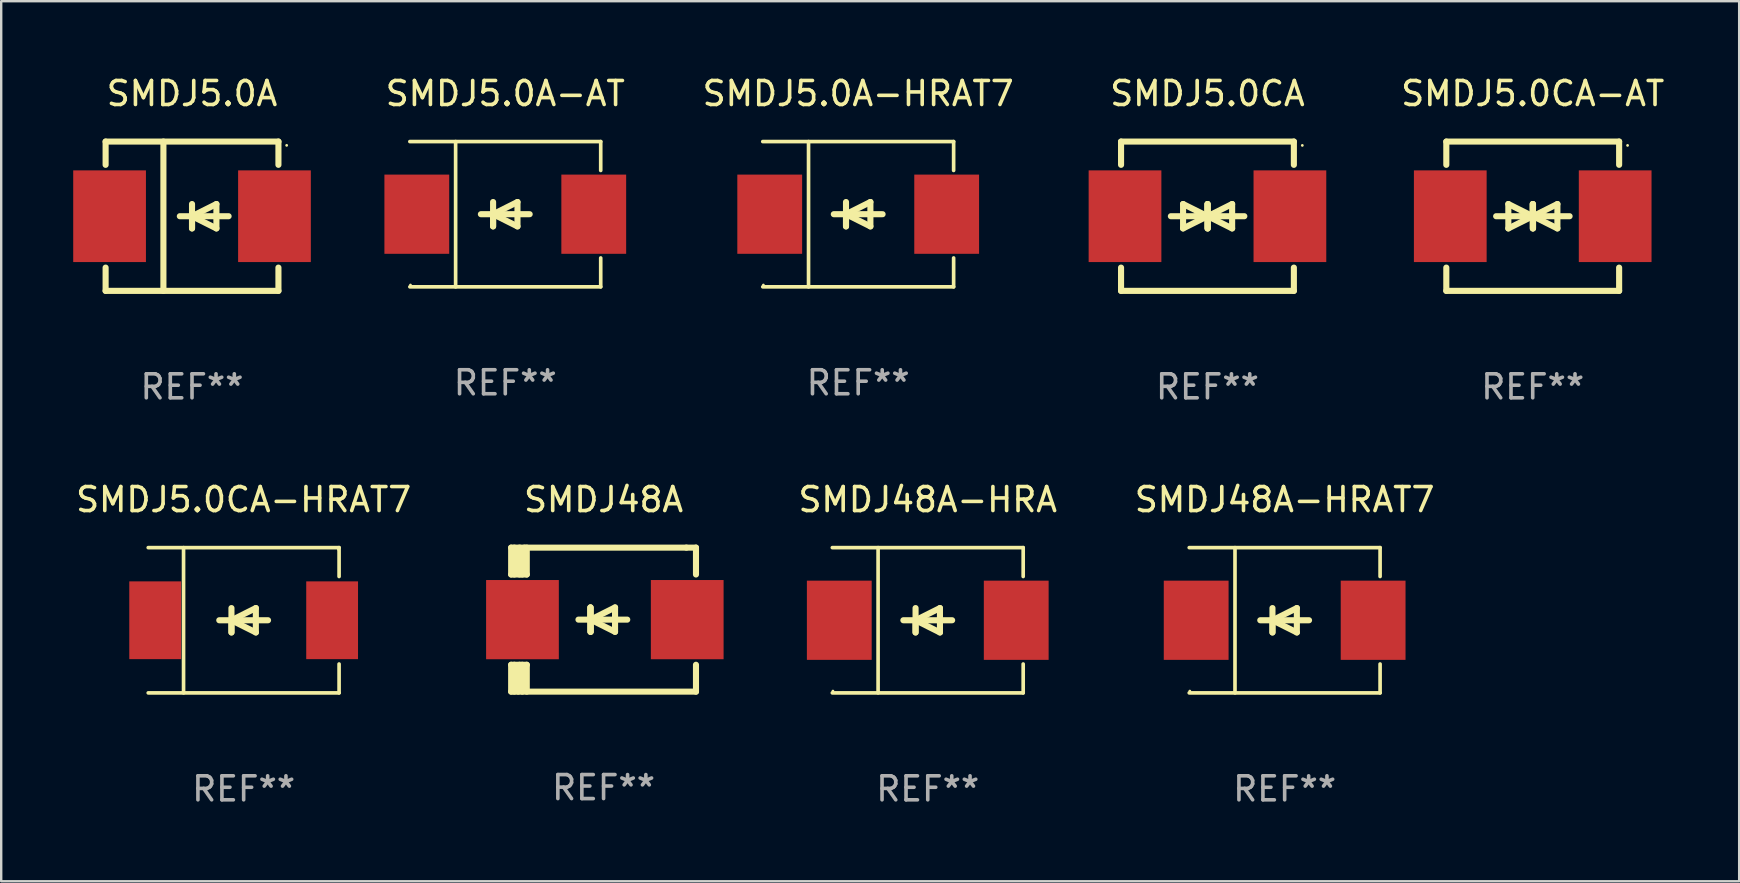
<source format=kicad_pcb>
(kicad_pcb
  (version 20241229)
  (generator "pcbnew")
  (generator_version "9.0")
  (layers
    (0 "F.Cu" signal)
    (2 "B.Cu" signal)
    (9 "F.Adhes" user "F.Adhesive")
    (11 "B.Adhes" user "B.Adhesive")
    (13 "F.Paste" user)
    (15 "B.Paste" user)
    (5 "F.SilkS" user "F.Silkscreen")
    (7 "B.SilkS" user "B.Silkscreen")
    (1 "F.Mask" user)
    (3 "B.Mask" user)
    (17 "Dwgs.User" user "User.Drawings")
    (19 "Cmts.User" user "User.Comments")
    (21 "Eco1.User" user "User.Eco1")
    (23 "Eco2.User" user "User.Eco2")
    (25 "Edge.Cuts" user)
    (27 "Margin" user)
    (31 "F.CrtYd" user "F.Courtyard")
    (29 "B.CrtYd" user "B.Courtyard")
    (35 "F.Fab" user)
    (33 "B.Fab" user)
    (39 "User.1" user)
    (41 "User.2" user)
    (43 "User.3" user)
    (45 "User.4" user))
  (footprint "SMDJ5.0A"
    (layer "F.Cu")
    (at 4.95 5.958)
    (property "Reference" "SMDJ5.0A" (at 0 -5.11 0) (layer "F.SilkS") (effects (font (size 1 1) (thickness 0.15))))
    (attr through_hole)
    (fp_line (start -3.6 -3.11) (end -3.6 -2.141) (stroke (width 0.254) (type solid)) (layer "F.SilkS"))
    (fp_line (start -3.6 -3.11) (end 3.6 -3.11) (stroke (width 0.254) (type solid)) (layer "F.SilkS"))
    (fp_line (start -3.6 2.141) (end -3.6 3.11) (stroke (width 0.254) (type solid)) (layer "F.SilkS"))
    (fp_line (start -3.6 3.11) (end 3.6 3.11) (stroke (width 0.254) (type solid)) (layer "F.SilkS"))
    (fp_line (start -1.192 -3.11) (end -1.192 3.11) (stroke (width 0.254) (type solid)) (layer "F.SilkS"))
    (fp_line (start 0 0) (end 0 0.508) (stroke (width 0.254) (type solid)) (layer "F.SilkS"))
    (fp_line (start 0 0) (end 1.016 0.508) (stroke (width 0.254) (type solid)) (layer "F.SilkS"))
    (fp_line (start 0 0.508) (end 0 -0.508) (stroke (width 0.254) (type solid)) (layer "F.SilkS"))
    (fp_line (start 1.016 -0.508) (end 0 0) (stroke (width 0.254) (type solid)) (layer "F.SilkS"))
    (fp_line (start 1.016 0.508) (end 1.016 -0.508) (stroke (width 0.254) (type solid)) (layer "F.SilkS"))
    (fp_line (start 1.524 0) (end -0.508 0) (stroke (width 0.254) (type solid)) (layer "F.SilkS"))
    (fp_line (start 3.6 -3.11) (end 3.6 -2.141) (stroke (width 0.254) (type solid)) (layer "F.SilkS"))
    (fp_line (start 3.6 2.141) (end 3.6 3.11) (stroke (width 0.254) (type solid)) (layer "F.SilkS"))
    (fp_circle (center 3.943 -2.952) (end 3.973 -2.952) (stroke (width 0.06) (type solid)) (fill no) (layer "F.SilkS"))
    (fp_text user "REF**" (at 0 7.11 0) (layer "F.Fab") (effects (font (size 1 1) (thickness 0.15))))
    (pad "1" smd rect (at 3.435 0 180) (size 3.03 3.82) (layers "F.Cu" "F.Mask" "F.Paste"))
    (pad "2" smd rect (at -3.435 0 180) (size 3.03 3.82) (layers "F.Cu" "F.Mask" "F.Paste")))
  (footprint "SMDJ5.0CA"
    (layer "F.Cu")
    (at 47.255 5.958)
    (property "Reference" "SMDJ5.0CA" (at 0 -5.11 0) (layer "F.SilkS") (effects (font (size 1 1) (thickness 0.15))))
    (attr through_hole)
    (fp_line (start -3.6 -2.141) (end -3.6 -3.11) (stroke (width 0.254) (type solid)) (layer "F.SilkS"))
    (fp_line (start -3.6 3.11) (end -3.6 2.141) (stroke (width 0.254) (type solid)) (layer "F.SilkS"))
    (fp_line (start -1.524 0) (end 0.508 0) (stroke (width 0.254) (type solid)) (layer "F.SilkS"))
    (fp_line (start -1.016 -0.508) (end -1.016 0.508) (stroke (width 0.254) (type solid)) (layer "F.SilkS"))
    (fp_line (start -1.016 0.508) (end 0 0) (stroke (width 0.254) (type solid)) (layer "F.SilkS"))
    (fp_line (start 0 -0.508) (end 0 0.508) (stroke (width 0.254) (type solid)) (layer "F.SilkS"))
    (fp_line (start 0 0) (end -1.016 -0.508) (stroke (width 0.254) (type solid)) (layer "F.SilkS"))
    (fp_line (start 0 0) (end 0 -0.508) (stroke (width 0.254) (type solid)) (layer "F.SilkS"))
    (fp_line (start 0.012 0) (end 0.012 0.508) (stroke (width 0.254) (type solid)) (layer "F.SilkS"))
    (fp_line (start 0.012 0) (end 1.028 0.508) (stroke (width 0.254) (type solid)) (layer "F.SilkS"))
    (fp_line (start 0.012 0.508) (end 0.012 -0.508) (stroke (width 0.254) (type solid)) (layer "F.SilkS"))
    (fp_line (start 1.028 -0.508) (end 0.012 0) (stroke (width 0.254) (type solid)) (layer "F.SilkS"))
    (fp_line (start 1.028 0.508) (end 1.028 -0.508) (stroke (width 0.254) (type solid)) (layer "F.SilkS"))
    (fp_line (start 1.536 0) (end -0.496 0) (stroke (width 0.254) (type solid)) (layer "F.SilkS"))
    (fp_line (start 3.6 -3.11) (end -3.6 -3.11) (stroke (width 0.254) (type solid)) (layer "F.SilkS"))
    (fp_line (start 3.6 -2.141) (end 3.6 -3.11) (stroke (width 0.254) (type solid)) (layer "F.SilkS"))
    (fp_line (start 3.6 3.11) (end -3.6 3.11) (stroke (width 0.254) (type solid)) (layer "F.SilkS"))
    (fp_line (start 3.6 3.11) (end 3.6 2.141) (stroke (width 0.254) (type solid)) (layer "F.SilkS"))
    (fp_circle (center 3.952 -2.95) (end 3.982 -2.95) (stroke (width 0.06) (type solid)) (fill no) (layer "F.SilkS"))
    (fp_text user "REF**" (at 0 7.11 0) (layer "F.Fab") (effects (font (size 1 1) (thickness 0.15))))
    (pad "1" smd rect (at 3.435 0) (size 3.03 3.82) (layers "F.Cu" "F.Mask" "F.Paste"))
    (pad "2" smd rect (at -3.435 0) (size 3.03 3.82) (layers "F.Cu" "F.Mask" "F.Paste")))
  (footprint "SMDJ48A-HRAT7"
    (layer "F.Cu")
    (at 50.471 22.791)
    (property "Reference" "SMDJ48A-HRAT7" (at 0 -5.026 0) (layer "F.SilkS") (effects (font (size 1 1) (thickness 0.15))))
    (attr through_hole)
    (fp_line (start -3.976 -3.026) (end 3.976 -3.026) (stroke (width 0.152) (type solid)) (layer "F.SilkS"))
    (fp_line (start -3.976 3.026) (end 3.976 3.026) (stroke (width 0.152) (type solid)) (layer "F.SilkS"))
    (fp_line (start -2.069 -3.026) (end -2.069 3.026) (stroke (width 0.152) (type solid)) (layer "F.SilkS"))
    (fp_line (start -0.508 0) (end -0.508 0.508) (stroke (width 0.254) (type solid)) (layer "F.SilkS"))
    (fp_line (start -0.508 0) (end 0.508 0.508) (stroke (width 0.254) (type solid)) (layer "F.SilkS"))
    (fp_line (start -0.508 0.508) (end -0.508 -0.508) (stroke (width 0.254) (type solid)) (layer "F.SilkS"))
    (fp_line (start 0.508 -0.508) (end -0.508 0) (stroke (width 0.254) (type solid)) (layer "F.SilkS"))
    (fp_line (start 0.508 0.508) (end 0.508 -0.508) (stroke (width 0.254) (type solid)) (layer "F.SilkS"))
    (fp_line (start 1.016 0) (end -1.016 0) (stroke (width 0.254) (type solid)) (layer "F.SilkS"))
    (fp_line (start 3.976 -3.026) (end 3.976 -1.823) (stroke (width 0.152) (type solid)) (layer "F.SilkS"))
    (fp_line (start 3.976 3.026) (end 3.976 1.823) (stroke (width 0.152) (type solid)) (layer "F.SilkS"))
    (fp_circle (center -3.95 2.95) (end -3.92 2.95) (stroke (width 0.06) (type solid)) (fill no) (layer "F.SilkS"))
    (fp_text user "REF**" (at 0 7.026 0) (layer "F.Fab") (effects (font (size 1 1) (thickness 0.15))))
    (pad "1" smd rect (at -3.686 0) (size 2.7 3.3) (layers "F.Cu" "F.Mask" "F.Paste"))
    (pad "2" smd rect (at 3.686 0) (size 2.7 3.3) (layers "F.Cu" "F.Mask" "F.Paste")))
  (footprint "SMDJ5.0CA-HRAT7"
    (layer "F.Cu")
    (at 7.101 22.791)
    (property "Reference" "SMDJ5.0CA-HRAT7" (at 0 -5.026 0) (layer "F.SilkS") (effects (font (size 1 1) (thickness 0.15))))
    (attr through_hole)
    (fp_line (start -3.976 -3.026) (end 3.976 -3.026) (stroke (width 0.152) (type solid)) (layer "F.SilkS"))
    (fp_line (start -3.976 3.026) (end 3.976 3.026) (stroke (width 0.152) (type solid)) (layer "F.SilkS"))
    (fp_line (start -2.504 -3.026) (end -2.504 3.026) (stroke (width 0.152) (type solid)) (layer "F.SilkS"))
    (fp_line (start -0.508 0) (end -0.508 0.508) (stroke (width 0.254) (type solid)) (layer "F.SilkS"))
    (fp_line (start -0.508 0) (end 0.508 0.508) (stroke (width 0.254) (type solid)) (layer "F.SilkS"))
    (fp_line (start -0.508 0.508) (end -0.508 -0.508) (stroke (width 0.254) (type solid)) (layer "F.SilkS"))
    (fp_line (start 0.508 -0.508) (end -0.508 0) (stroke (width 0.254) (type solid)) (layer "F.SilkS"))
    (fp_line (start 0.508 0.508) (end 0.508 -0.508) (stroke (width 0.254) (type solid)) (layer "F.SilkS"))
    (fp_line (start 1.016 0) (end -1.016 0) (stroke (width 0.254) (type solid)) (layer "F.SilkS"))
    (fp_line (start 3.976 -3.026) (end 3.976 -1.823) (stroke (width 0.152) (type solid)) (layer "F.SilkS"))
    (fp_line (start 3.976 3.026) (end 3.976 1.823) (stroke (width 0.152) (type solid)) (layer "F.SilkS"))
    (fp_circle (center 3.95 -2.95) (end 3.98 -2.95) (stroke (width 0.06) (type solid)) (fill no) (layer "F.SilkS"))
    (fp_text user "REF**" (at 0 7.026 0) (layer "F.Fab") (effects (font (size 1 1) (thickness 0.15))))
    (pad "1" smd rect (at 3.686 0 180) (size 2.158 3.24) (layers "F.Cu" "F.Mask" "F.Paste"))
    (pad "2" smd rect (at -3.686 0 180) (size 2.158 3.24) (layers "F.Cu" "F.Mask" "F.Paste")))
  (footprint "SMDJ5.0A-HRAT7"
    (layer "F.Cu")
    (at 32.704 5.874)
    (property "Reference" "SMDJ5.0A-HRAT7" (at 0 -5.026 0) (layer "F.SilkS") (effects (font (size 1 1) (thickness 0.15))))
    (attr through_hole)
    (fp_line (start -3.976 -3.026) (end 3.976 -3.026) (stroke (width 0.152) (type solid)) (layer "F.SilkS"))
    (fp_line (start -3.976 3.026) (end 3.976 3.026) (stroke (width 0.152) (type solid)) (layer "F.SilkS"))
    (fp_line (start -2.069 -3.026) (end -2.069 3.026) (stroke (width 0.152) (type solid)) (layer "F.SilkS"))
    (fp_line (start -0.508 0) (end -0.508 0.508) (stroke (width 0.254) (type solid)) (layer "F.SilkS"))
    (fp_line (start -0.508 0) (end 0.508 0.508) (stroke (width 0.254) (type solid)) (layer "F.SilkS"))
    (fp_line (start -0.508 0.508) (end -0.508 -0.508) (stroke (width 0.254) (type solid)) (layer "F.SilkS"))
    (fp_line (start 0.508 -0.508) (end -0.508 0) (stroke (width 0.254) (type solid)) (layer "F.SilkS"))
    (fp_line (start 0.508 0.508) (end 0.508 -0.508) (stroke (width 0.254) (type solid)) (layer "F.SilkS"))
    (fp_line (start 1.016 0) (end -1.016 0) (stroke (width 0.254) (type solid)) (layer "F.SilkS"))
    (fp_line (start 3.976 -3.026) (end 3.976 -1.823) (stroke (width 0.152) (type solid)) (layer "F.SilkS"))
    (fp_line (start 3.976 3.026) (end 3.976 1.823) (stroke (width 0.152) (type solid)) (layer "F.SilkS"))
    (fp_circle (center -3.95 2.95) (end -3.92 2.95) (stroke (width 0.06) (type solid)) (fill no) (layer "F.SilkS"))
    (fp_text user "REF**" (at 0 7.026 0) (layer "F.Fab") (effects (font (size 1 1) (thickness 0.15))))
    (pad "1" smd rect (at -3.686 0) (size 2.7 3.3) (layers "F.Cu" "F.Mask" "F.Paste"))
    (pad "2" smd rect (at 3.686 0) (size 2.7 3.3) (layers "F.Cu" "F.Mask" "F.Paste")))
  (footprint "SMDJ5.0CA-AT"
    (layer "F.Cu")
    (at 60.806 5.958)
    (property "Reference" "SMDJ5.0CA-AT" (at 0 -5.11 0) (layer "F.SilkS") (effects (font (size 1 1) (thickness 0.15))))
    (attr through_hole)
    (fp_line (start -3.6 -2.141) (end -3.6 -3.11) (stroke (width 0.254) (type solid)) (layer "F.SilkS"))
    (fp_line (start -3.6 3.11) (end -3.6 2.141) (stroke (width 0.254) (type solid)) (layer "F.SilkS"))
    (fp_line (start -1.524 0) (end 0.508 0) (stroke (width 0.254) (type solid)) (layer "F.SilkS"))
    (fp_line (start -1.016 -0.508) (end -1.016 0.508) (stroke (width 0.254) (type solid)) (layer "F.SilkS"))
    (fp_line (start -1.016 0.508) (end 0 0) (stroke (width 0.254) (type solid)) (layer "F.SilkS"))
    (fp_line (start 0 -0.508) (end 0 0.508) (stroke (width 0.254) (type solid)) (layer "F.SilkS"))
    (fp_line (start 0 0) (end -1.016 -0.508) (stroke (width 0.254) (type solid)) (layer "F.SilkS"))
    (fp_line (start 0 0) (end 0 -0.508) (stroke (width 0.254) (type solid)) (layer "F.SilkS"))
    (fp_line (start 0.012 0) (end 0.012 0.508) (stroke (width 0.254) (type solid)) (layer "F.SilkS"))
    (fp_line (start 0.012 0) (end 1.028 0.508) (stroke (width 0.254) (type solid)) (layer "F.SilkS"))
    (fp_line (start 0.012 0.508) (end 0.012 -0.508) (stroke (width 0.254) (type solid)) (layer "F.SilkS"))
    (fp_line (start 1.028 -0.508) (end 0.012 0) (stroke (width 0.254) (type solid)) (layer "F.SilkS"))
    (fp_line (start 1.028 0.508) (end 1.028 -0.508) (stroke (width 0.254) (type solid)) (layer "F.SilkS"))
    (fp_line (start 1.536 0) (end -0.496 0) (stroke (width 0.254) (type solid)) (layer "F.SilkS"))
    (fp_line (start 3.6 -3.11) (end -3.6 -3.11) (stroke (width 0.254) (type solid)) (layer "F.SilkS"))
    (fp_line (start 3.6 -2.141) (end 3.6 -3.11) (stroke (width 0.254) (type solid)) (layer "F.SilkS"))
    (fp_line (start 3.6 3.11) (end -3.6 3.11) (stroke (width 0.254) (type solid)) (layer "F.SilkS"))
    (fp_line (start 3.6 3.11) (end 3.6 2.141) (stroke (width 0.254) (type solid)) (layer "F.SilkS"))
    (fp_circle (center 3.952 -2.95) (end 3.982 -2.95) (stroke (width 0.06) (type solid)) (fill no) (layer "F.SilkS"))
    (fp_text user "REF**" (at 0 7.11 0) (layer "F.Fab") (effects (font (size 1 1) (thickness 0.15))))
    (pad "1" smd rect (at 3.435 0) (size 3.03 3.82) (layers "F.Cu" "F.Mask" "F.Paste"))
    (pad "2" smd rect (at -3.435 0) (size 3.03 3.82) (layers "F.Cu" "F.Mask" "F.Paste")))
  (footprint "SMDJ5.0A-AT"
    (layer "F.Cu")
    (at 18.001 5.874)
    (property "Reference" "SMDJ5.0A-AT" (at 0 -5.026 0) (layer "F.SilkS") (effects (font (size 1 1) (thickness 0.15))))
    (attr through_hole)
    (fp_line (start -3.976 -3.026) (end 3.976 -3.026) (stroke (width 0.152) (type solid)) (layer "F.SilkS"))
    (fp_line (start -3.976 3.026) (end 3.976 3.026) (stroke (width 0.152) (type solid)) (layer "F.SilkS"))
    (fp_line (start -2.069 -3.026) (end -2.069 3.026) (stroke (width 0.152) (type solid)) (layer "F.SilkS"))
    (fp_line (start -0.508 0) (end -0.508 0.508) (stroke (width 0.254) (type solid)) (layer "F.SilkS"))
    (fp_line (start -0.508 0) (end 0.508 0.508) (stroke (width 0.254) (type solid)) (layer "F.SilkS"))
    (fp_line (start -0.508 0.508) (end -0.508 -0.508) (stroke (width 0.254) (type solid)) (layer "F.SilkS"))
    (fp_line (start 0.508 -0.508) (end -0.508 0) (stroke (width 0.254) (type solid)) (layer "F.SilkS"))
    (fp_line (start 0.508 0.508) (end 0.508 -0.508) (stroke (width 0.254) (type solid)) (layer "F.SilkS"))
    (fp_line (start 1.016 0) (end -1.016 0) (stroke (width 0.254) (type solid)) (layer "F.SilkS"))
    (fp_line (start 3.976 -3.026) (end 3.976 -1.823) (stroke (width 0.152) (type solid)) (layer "F.SilkS"))
    (fp_line (start 3.976 3.026) (end 3.976 1.823) (stroke (width 0.152) (type solid)) (layer "F.SilkS"))
    (fp_circle (center -3.95 2.95) (end -3.92 2.95) (stroke (width 0.06) (type solid)) (fill no) (layer "F.SilkS"))
    (fp_text user "REF**" (at 0 7.026 0) (layer "F.Fab") (effects (font (size 1 1) (thickness 0.15))))
    (pad "1" smd rect (at -3.686 0) (size 2.7 3.3) (layers "F.Cu" "F.Mask" "F.Paste"))
    (pad "2" smd rect (at 3.686 0) (size 2.7 3.3) (layers "F.Cu" "F.Mask" "F.Paste")))
  (footprint "SMDJ48A"
    (layer "F.Cu")
    (at 22.096 22.765)
    (property "Reference" "SMDJ48A" (at 0 -5 0) (layer "F.SilkS") (effects (font (size 1 1) (thickness 0.15))))
    (attr through_hole)
    (fp_line (start -3.85 -1.881) (end -3.85 -3) (stroke (width 0.254) (type solid)) (layer "F.SilkS"))
    (fp_line (start -3.85 1.881) (end -3.2 1.881) (stroke (width 0.254) (type solid)) (layer "F.SilkS"))
    (fp_line (start -3.85 3) (end -3.85 1.881) (stroke (width 0.254) (type solid)) (layer "F.SilkS"))
    (fp_line (start -3.719 -1.881) (end -3.719 -3) (stroke (width 0.254) (type solid)) (layer "F.SilkS"))
    (fp_line (start -3.719 3) (end -3.719 1.881) (stroke (width 0.254) (type solid)) (layer "F.SilkS"))
    (fp_line (start -3.5 -3) (end -3.5 -1.881) (stroke (width 0.254) (type solid)) (layer "F.SilkS"))
    (fp_line (start -3.5 1.881) (end -3.5 2.944) (stroke (width 0.254) (type solid)) (layer "F.SilkS"))
    (fp_line (start -3.5 2.944) (end -3.556 3) (stroke (width 0.254) (type solid)) (layer "F.SilkS"))
    (fp_line (start -3.388 -2.906) (end -3.295 -3) (stroke (width 0.254) (type solid)) (layer "F.SilkS"))
    (fp_line (start -3.388 -1.881) (end -3.388 -2.906) (stroke (width 0.254) (type solid)) (layer "F.SilkS"))
    (fp_line (start -3.388 3) (end -3.388 1.881) (stroke (width 0.254) (type solid)) (layer "F.SilkS"))
    (fp_line (start -3.2 -3) (end -3.2 -1.881) (stroke (width 0.254) (type solid)) (layer "F.SilkS"))
    (fp_line (start -3.2 -1.881) (end -3.85 -1.881) (stroke (width 0.254) (type solid)) (layer "F.SilkS"))
    (fp_line (start -3.2 1.881) (end -3.2 3) (stroke (width 0.254) (type solid)) (layer "F.SilkS"))
    (fp_line (start -0.55 -0.508) (end -0.55 0.508) (stroke (width 0.254) (type solid)) (layer "F.SilkS"))
    (fp_line (start -0.55 0) (end -0.55 -0.508) (stroke (width 0.254) (type solid)) (layer "F.SilkS"))
    (fp_line (start -0.538 0) (end -0.538 0.508) (stroke (width 0.254) (type solid)) (layer "F.SilkS"))
    (fp_line (start -0.538 0) (end 0.478 0.508) (stroke (width 0.254) (type solid)) (layer "F.SilkS"))
    (fp_line (start -0.538 0.508) (end -0.538 -0.508) (stroke (width 0.254) (type solid)) (layer "F.SilkS"))
    (fp_line (start 0.478 -0.508) (end -0.538 0) (stroke (width 0.254) (type solid)) (layer "F.SilkS"))
    (fp_line (start 0.478 0.508) (end 0.478 -0.508) (stroke (width 0.254) (type solid)) (layer "F.SilkS"))
    (fp_line (start 0.986 0) (end -1.046 0) (stroke (width 0.254) (type solid)) (layer "F.SilkS"))
    (fp_line (start 3.45 -3) (end -3.85 -3) (stroke (width 0.254) (type solid)) (layer "F.SilkS"))
    (fp_line (start 3.45 -3) (end 3.85 -3) (stroke (width 0.254) (type solid)) (layer "F.SilkS"))
    (fp_line (start 3.85 -3) (end 3.85 -1.881) (stroke (width 0.254) (type solid)) (layer "F.SilkS"))
    (fp_line (start 3.85 1.881) (end 3.85 3) (stroke (width 0.254) (type solid)) (layer "F.SilkS"))
    (fp_line (start 3.85 3) (end -3.85 3) (stroke (width 0.254) (type solid)) (layer "F.SilkS"))
    (fp_circle (center -3.847 2.95) (end -3.817 2.95) (stroke (width 0.06) (type solid)) (fill no) (layer "F.SilkS"))
    (fp_text user "REF**" (at 0 7 0) (layer "F.Fab") (effects (font (size 1 1) (thickness 0.15))))
    (pad "1" smd rect (at -3.379 0) (size 3.03 3.3) (layers "F.Cu" "F.Mask" "F.Paste"))
    (pad "2" smd rect (at 3.485 0) (size 3.03 3.3) (layers "F.Cu" "F.Mask" "F.Paste")))
  (footprint "SMDJ48A-HRA"
    (layer "F.Cu")
    (at 35.602 22.791)
    (property "Reference" "SMDJ48A-HRA" (at 0 -5.026 0) (layer "F.SilkS") (effects (font (size 1 1) (thickness 0.15))))
    (attr through_hole)
    (fp_line (start -3.976 -3.026) (end 3.976 -3.026) (stroke (width 0.152) (type solid)) (layer "F.SilkS"))
    (fp_line (start -3.976 3.026) (end 3.976 3.026) (stroke (width 0.152) (type solid)) (layer "F.SilkS"))
    (fp_line (start -2.069 -3.026) (end -2.069 3.026) (stroke (width 0.152) (type solid)) (layer "F.SilkS"))
    (fp_line (start -0.508 0) (end -0.508 0.508) (stroke (width 0.254) (type solid)) (layer "F.SilkS"))
    (fp_line (start -0.508 0) (end 0.508 0.508) (stroke (width 0.254) (type solid)) (layer "F.SilkS"))
    (fp_line (start -0.508 0.508) (end -0.508 -0.508) (stroke (width 0.254) (type solid)) (layer "F.SilkS"))
    (fp_line (start 0.508 -0.508) (end -0.508 0) (stroke (width 0.254) (type solid)) (layer "F.SilkS"))
    (fp_line (start 0.508 0.508) (end 0.508 -0.508) (stroke (width 0.254) (type solid)) (layer "F.SilkS"))
    (fp_line (start 1.016 0) (end -1.016 0) (stroke (width 0.254) (type solid)) (layer "F.SilkS"))
    (fp_line (start 3.976 -3.026) (end 3.976 -1.823) (stroke (width 0.152) (type solid)) (layer "F.SilkS"))
    (fp_line (start 3.976 3.026) (end 3.976 1.823) (stroke (width 0.152) (type solid)) (layer "F.SilkS"))
    (fp_circle (center -3.95 2.95) (end -3.92 2.95) (stroke (width 0.06) (type solid)) (fill no) (layer "F.SilkS"))
    (fp_text user "REF**" (at 0 7.026 0) (layer "F.Fab") (effects (font (size 1 1) (thickness 0.15))))
    (pad "1" smd rect (at -3.686 0) (size 2.7 3.3) (layers "F.Cu" "F.Mask" "F.Paste"))
    (pad "2" smd rect (at 3.686 0) (size 2.7 3.3) (layers "F.Cu" "F.Mask" "F.Paste")))
  (gr_rect
    (start -3 -3)
    (end 69.407 33.665)
    (stroke (width 0.1) (type default))
    (fill no)
    (layer "Edge.Cuts")))
</source>
